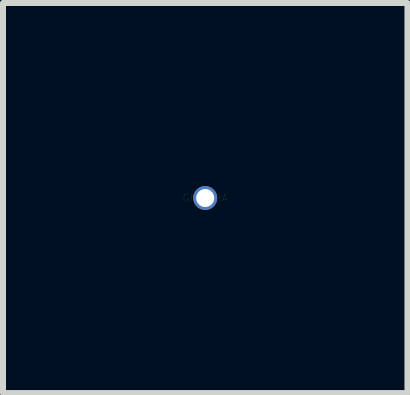
<source format=kicad_pcb>
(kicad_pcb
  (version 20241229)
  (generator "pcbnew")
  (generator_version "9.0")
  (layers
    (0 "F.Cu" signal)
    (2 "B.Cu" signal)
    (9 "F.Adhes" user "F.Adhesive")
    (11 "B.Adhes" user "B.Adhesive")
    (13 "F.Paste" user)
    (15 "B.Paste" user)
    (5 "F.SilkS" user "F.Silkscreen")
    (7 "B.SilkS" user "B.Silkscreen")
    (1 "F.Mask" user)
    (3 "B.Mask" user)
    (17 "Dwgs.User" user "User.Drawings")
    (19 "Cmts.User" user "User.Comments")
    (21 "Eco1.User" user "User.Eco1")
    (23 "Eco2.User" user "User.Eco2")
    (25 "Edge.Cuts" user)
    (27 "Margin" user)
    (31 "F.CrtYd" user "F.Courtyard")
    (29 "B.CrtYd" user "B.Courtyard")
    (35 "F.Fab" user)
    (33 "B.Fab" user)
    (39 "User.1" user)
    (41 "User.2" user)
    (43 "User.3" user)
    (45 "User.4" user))
  (footprint "GND_VIA"
    (layer "F.Cu")
    (at 0.37 0.25)
    (property "Reference" "GND_VIA" (at 0 0 0) (layer "F.SilkS") (effects (font (size 0.127 0.127) (thickness 0.001))))
    (attr through_hole)
    (pad "1" thru_hole circle (at 0 0) (size 0.4 0.4) (drill 0.3) (layers "*.Cu")))
  (gr_rect
    (start -3 -3)
    (end 3.74 3.5)
    (stroke (width 0.1) (type default))
    (fill no)
    (layer "Edge.Cuts")))
</source>
